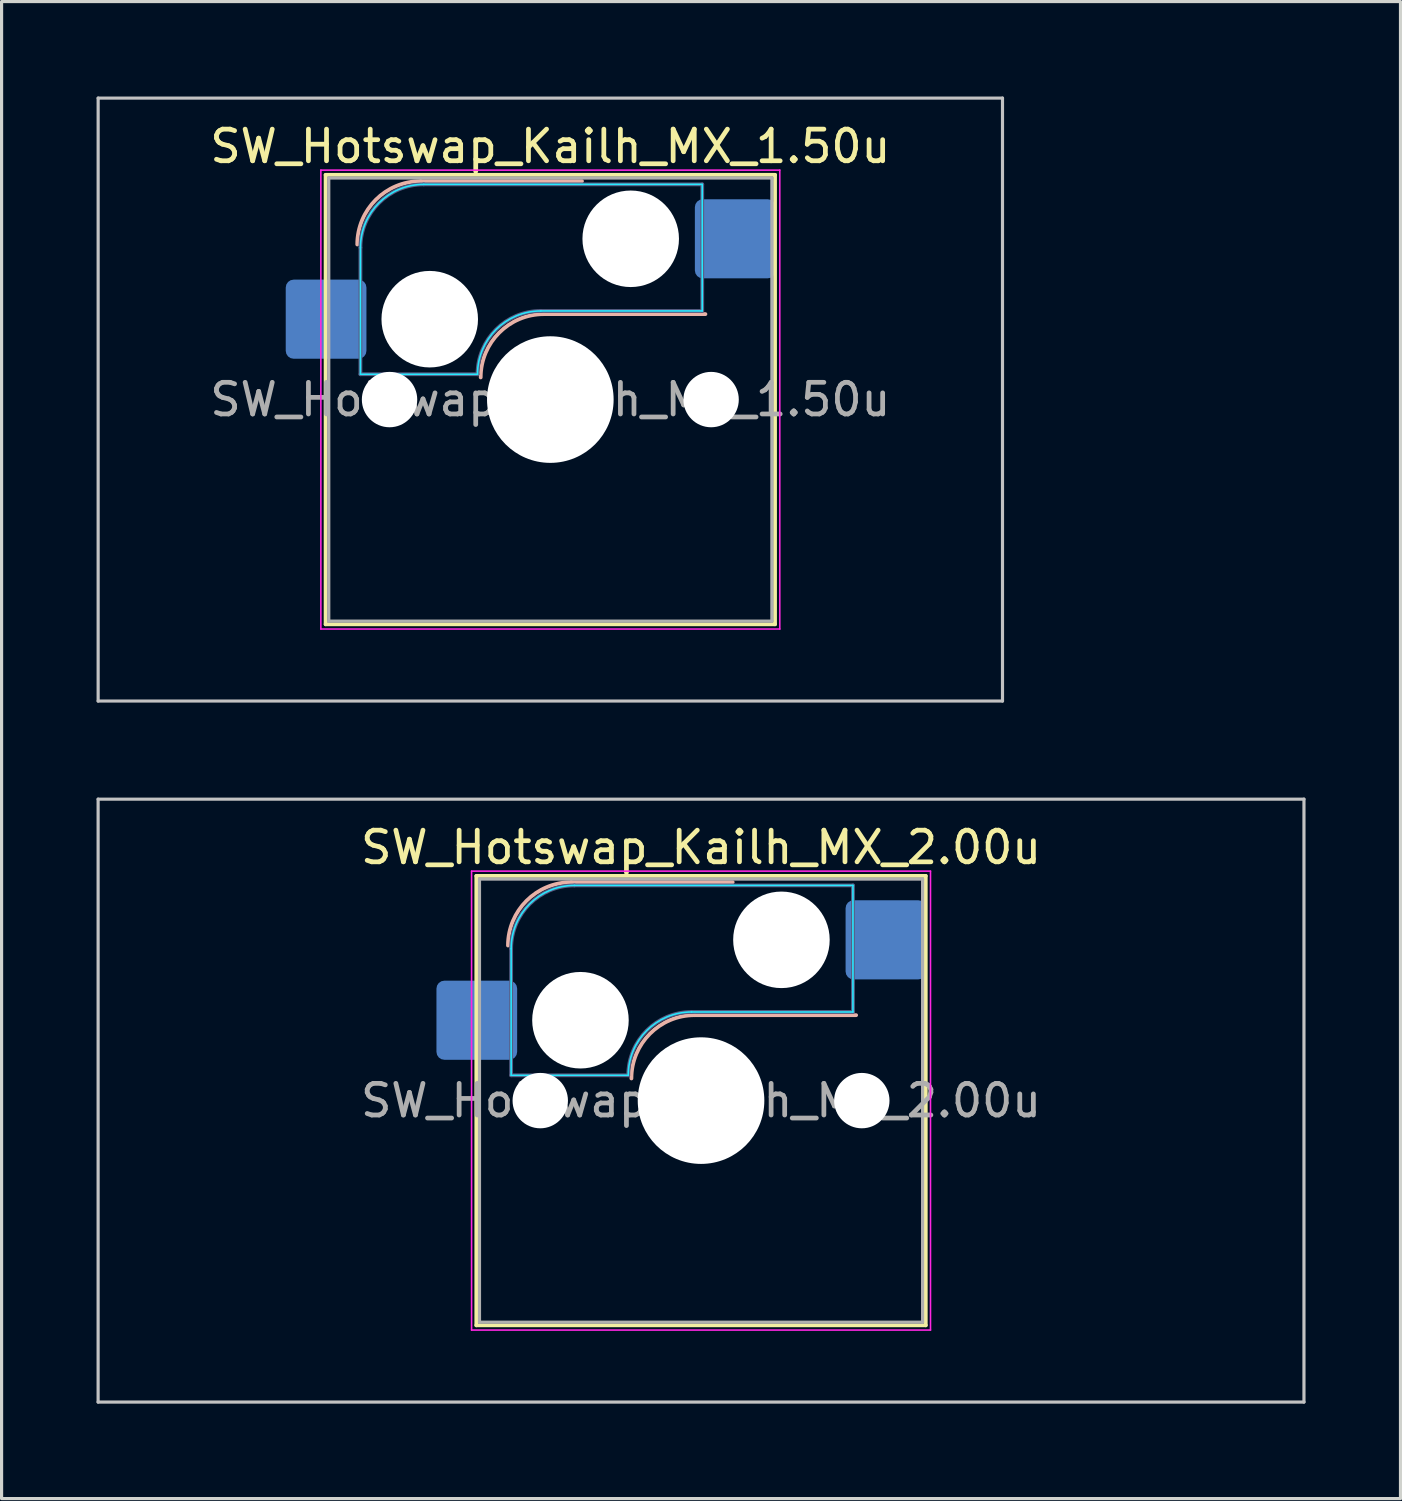
<source format=kicad_pcb>
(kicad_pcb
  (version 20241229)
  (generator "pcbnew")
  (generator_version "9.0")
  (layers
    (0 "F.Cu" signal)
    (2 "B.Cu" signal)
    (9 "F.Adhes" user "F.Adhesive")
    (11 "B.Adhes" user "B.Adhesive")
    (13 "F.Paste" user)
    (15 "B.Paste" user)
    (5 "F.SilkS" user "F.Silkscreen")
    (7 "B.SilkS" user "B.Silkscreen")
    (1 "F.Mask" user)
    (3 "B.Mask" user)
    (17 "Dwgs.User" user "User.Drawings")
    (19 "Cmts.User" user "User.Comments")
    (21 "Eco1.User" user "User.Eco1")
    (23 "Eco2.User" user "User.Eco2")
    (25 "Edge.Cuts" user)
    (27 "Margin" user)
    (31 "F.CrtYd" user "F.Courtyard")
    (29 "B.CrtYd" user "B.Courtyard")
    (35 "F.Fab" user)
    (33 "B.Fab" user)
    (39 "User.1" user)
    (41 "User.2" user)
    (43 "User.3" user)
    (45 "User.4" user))
  (footprint "SW_Hotswap_Kailh_MX_2.00u"
    (layer "F.Cu")
    (at 19.1 31.725)
    (property "Reference" "SW_Hotswap_Kailh_MX_2.00u" (at 0 -8 0) (layer "F.SilkS") (effects (font (size 1 1) (thickness 0.15))))
    (attr smd)
    (fp_line (start -7.1 -7.1) (end -7.1 7.1) (stroke (width 0.12) (type solid)) (layer "F.SilkS"))
    (fp_line (start -7.1 7.1) (end 7.1 7.1) (stroke (width 0.12) (type solid)) (layer "F.SilkS"))
    (fp_line (start 7.1 -7.1) (end -7.1 -7.1) (stroke (width 0.12) (type solid)) (layer "F.SilkS"))
    (fp_line (start 7.1 7.1) (end 7.1 -7.1) (stroke (width 0.12) (type solid)) (layer "F.SilkS"))
    (fp_line (start -4.1 -6.9) (end 1 -6.9) (stroke (width 0.12) (type solid)) (layer "B.SilkS"))
    (fp_line (start -0.2 -2.7) (end 4.9 -2.7) (stroke (width 0.12) (type solid)) (layer "B.SilkS"))
    (fp_arc (start -6.1 -4.9) (mid -5.514214 -6.314214) (end -4.1 -6.9) (stroke (width 0.12) (type solid)) (layer "B.SilkS"))
    (fp_arc (start -2.2 -0.7) (mid -1.614214 -2.114214) (end -0.2 -2.7) (stroke (width 0.12) (type solid)) (layer "B.SilkS"))
    (fp_line (start -19.05 -9.525) (end -19.05 9.525) (stroke (width 0.1) (type solid)) (layer "Dwgs.User"))
    (fp_line (start -19.05 9.525) (end 19.05 9.525) (stroke (width 0.1) (type solid)) (layer "Dwgs.User"))
    (fp_line (start 19.05 -9.525) (end -19.05 -9.525) (stroke (width 0.1) (type solid)) (layer "Dwgs.User"))
    (fp_line (start 19.05 9.525) (end 19.05 -9.525) (stroke (width 0.1) (type solid)) (layer "Dwgs.User"))
    (fp_line (start -7.8 -6) (end -7 -6) (stroke (width 0.1) (type solid)) (layer "Eco1.User"))
    (fp_line (start -7.8 -2.9) (end -7.8 -6) (stroke (width 0.1) (type solid)) (layer "Eco1.User"))
    (fp_line (start -7.8 2.9) (end -7 2.9) (stroke (width 0.1) (type solid)) (layer "Eco1.User"))
    (fp_line (start -7.8 6) (end -7.8 2.9) (stroke (width 0.1) (type solid)) (layer "Eco1.User"))
    (fp_line (start -7 -7) (end 7 -7) (stroke (width 0.1) (type solid)) (layer "Eco1.User"))
    (fp_line (start -7 -6) (end -7 -7) (stroke (width 0.1) (type solid)) (layer "Eco1.User"))
    (fp_line (start -7 -2.9) (end -7.8 -2.9) (stroke (width 0.1) (type solid)) (layer "Eco1.User"))
    (fp_line (start -7 2.9) (end -7 -2.9) (stroke (width 0.1) (type solid)) (layer "Eco1.User"))
    (fp_line (start -7 6) (end -7.8 6) (stroke (width 0.1) (type solid)) (layer "Eco1.User"))
    (fp_line (start -7 7) (end -7 6) (stroke (width 0.1) (type solid)) (layer "Eco1.User"))
    (fp_line (start 7 -7) (end 7 -6) (stroke (width 0.1) (type solid)) (layer "Eco1.User"))
    (fp_line (start 7 -6) (end 7.8 -6) (stroke (width 0.1) (type solid)) (layer "Eco1.User"))
    (fp_line (start 7 -2.9) (end 7 2.9) (stroke (width 0.1) (type solid)) (layer "Eco1.User"))
    (fp_line (start 7 2.9) (end 7.8 2.9) (stroke (width 0.1) (type solid)) (layer "Eco1.User"))
    (fp_line (start 7 6) (end 7 7) (stroke (width 0.1) (type solid)) (layer "Eco1.User"))
    (fp_line (start 7 7) (end -7 7) (stroke (width 0.1) (type solid)) (layer "Eco1.User"))
    (fp_line (start 7.8 -6) (end 7.8 -2.9) (stroke (width 0.1) (type solid)) (layer "Eco1.User"))
    (fp_line (start 7.8 -2.9) (end 7 -2.9) (stroke (width 0.1) (type solid)) (layer "Eco1.User"))
    (fp_line (start 7.8 2.9) (end 7.8 6) (stroke (width 0.1) (type solid)) (layer "Eco1.User"))
    (fp_line (start 7.8 6) (end 7 6) (stroke (width 0.1) (type solid)) (layer "Eco1.User"))
    (fp_line (start -6 -0.8) (end -6 -4.8) (stroke (width 0.05) (type solid)) (layer "B.CrtYd"))
    (fp_line (start -6 -0.8) (end -2.3 -0.8) (stroke (width 0.05) (type solid)) (layer "B.CrtYd"))
    (fp_line (start -4 -6.8) (end 4.8 -6.8) (stroke (width 0.05) (type solid)) (layer "B.CrtYd"))
    (fp_line (start -0.3 -2.8) (end 4.8 -2.8) (stroke (width 0.05) (type solid)) (layer "B.CrtYd"))
    (fp_line (start 4.8 -6.8) (end 4.8 -2.8) (stroke (width 0.05) (type solid)) (layer "B.CrtYd"))
    (fp_arc (start -6 -4.8) (mid -5.414214 -6.214214) (end -4 -6.8) (stroke (width 0.05) (type solid)) (layer "B.CrtYd"))
    (fp_arc (start -2.3 -0.8) (mid -1.714214 -2.214214) (end -0.3 -2.8) (stroke (width 0.05) (type solid)) (layer "B.CrtYd"))
    (fp_line (start -7.25 -7.25) (end -7.25 7.25) (stroke (width 0.05) (type solid)) (layer "F.CrtYd"))
    (fp_line (start -7.25 7.25) (end 7.25 7.25) (stroke (width 0.05) (type solid)) (layer "F.CrtYd"))
    (fp_line (start 7.25 -7.25) (end -7.25 -7.25) (stroke (width 0.05) (type solid)) (layer "F.CrtYd"))
    (fp_line (start 7.25 7.25) (end 7.25 -7.25) (stroke (width 0.05) (type solid)) (layer "F.CrtYd"))
    (fp_line (start -6 -0.8) (end -6 -4.8) (stroke (width 0.12) (type solid)) (layer "B.Fab"))
    (fp_line (start -6 -0.8) (end -2.3 -0.8) (stroke (width 0.12) (type solid)) (layer "B.Fab"))
    (fp_line (start -4 -6.8) (end 4.8 -6.8) (stroke (width 0.12) (type solid)) (layer "B.Fab"))
    (fp_line (start -0.3 -2.8) (end 4.8 -2.8) (stroke (width 0.12) (type solid)) (layer "B.Fab"))
    (fp_line (start 4.8 -6.8) (end 4.8 -2.8) (stroke (width 0.12) (type solid)) (layer "B.Fab"))
    (fp_arc (start -6 -4.8) (mid -5.414214 -6.214214) (end -4 -6.8) (stroke (width 0.12) (type solid)) (layer "B.Fab"))
    (fp_arc (start -2.3 -0.8) (mid -1.714214 -2.214214) (end -0.3 -2.8) (stroke (width 0.12) (type solid)) (layer "B.Fab"))
    (fp_line (start -7 -7) (end -7 7) (stroke (width 0.1) (type solid)) (layer "F.Fab"))
    (fp_line (start -7 7) (end 7 7) (stroke (width 0.1) (type solid)) (layer "F.Fab"))
    (fp_line (start 7 -7) (end -7 -7) (stroke (width 0.1) (type solid)) (layer "F.Fab"))
    (fp_line (start 7 7) (end 7 -7) (stroke (width 0.1) (type solid)) (layer "F.Fab"))
    (fp_text user "${REFERENCE}" (at 0 0 0) (layer "F.Fab") (effects (font (size 1 1) (thickness 0.15))))
    (pad "" np_thru_hole circle (at -5.08 0) (size 1.75 1.75) (drill 1.75) (layers "*.Cu" "*.Mask"))
    (pad "" np_thru_hole circle (at -3.81 -2.54) (size 3.05 3.05) (drill 3.05) (layers "*.Cu" "*.Mask"))
    (pad "" np_thru_hole circle (at 0 0) (size 4 4) (drill 4) (layers "*.Cu" "*.Mask"))
    (pad "" np_thru_hole circle (at 2.54 -5.08) (size 3.05 3.05) (drill 3.05) (layers "*.Cu" "*.Mask"))
    (pad "" np_thru_hole circle (at 5.08 0) (size 1.75 1.75) (drill 1.75) (layers "*.Cu" "*.Mask"))
    (pad "1" smd roundrect (at -7.085 -2.54) (size 2.55 2.5) (layers "B.Cu" "B.Mask" "B.Paste") (roundrect_rratio 0.1))
    (pad "2" smd roundrect (at 5.842 -5.08) (size 2.55 2.5) (layers "B.Cu" "B.Mask" "B.Paste") (roundrect_rratio 0.1)))
  (footprint "SW_Hotswap_Kailh_MX_1.50u"
    (layer "F.Cu")
    (at 14.338 9.575)
    (property "Reference" "SW_Hotswap_Kailh_MX_1.50u" (at 0 -8 0) (layer "F.SilkS") (effects (font (size 1 1) (thickness 0.15))))
    (attr smd)
    (fp_line (start -7.1 -7.1) (end -7.1 7.1) (stroke (width 0.12) (type solid)) (layer "F.SilkS"))
    (fp_line (start -7.1 7.1) (end 7.1 7.1) (stroke (width 0.12) (type solid)) (layer "F.SilkS"))
    (fp_line (start 7.1 -7.1) (end -7.1 -7.1) (stroke (width 0.12) (type solid)) (layer "F.SilkS"))
    (fp_line (start 7.1 7.1) (end 7.1 -7.1) (stroke (width 0.12) (type solid)) (layer "F.SilkS"))
    (fp_line (start -4.1 -6.9) (end 1 -6.9) (stroke (width 0.12) (type solid)) (layer "B.SilkS"))
    (fp_line (start -0.2 -2.7) (end 4.9 -2.7) (stroke (width 0.12) (type solid)) (layer "B.SilkS"))
    (fp_arc (start -6.1 -4.9) (mid -5.514214 -6.314214) (end -4.1 -6.9) (stroke (width 0.12) (type solid)) (layer "B.SilkS"))
    (fp_arc (start -2.2 -0.7) (mid -1.614214 -2.114214) (end -0.2 -2.7) (stroke (width 0.12) (type solid)) (layer "B.SilkS"))
    (fp_line (start -14.287 -9.525) (end -14.287 9.525) (stroke (width 0.1) (type solid)) (layer "Dwgs.User"))
    (fp_line (start -14.287 9.525) (end 14.287 9.525) (stroke (width 0.1) (type solid)) (layer "Dwgs.User"))
    (fp_line (start 14.287 -9.525) (end -14.287 -9.525) (stroke (width 0.1) (type solid)) (layer "Dwgs.User"))
    (fp_line (start 14.287 9.525) (end 14.287 -9.525) (stroke (width 0.1) (type solid)) (layer "Dwgs.User"))
    (fp_line (start -7.8 -6) (end -7 -6) (stroke (width 0.1) (type solid)) (layer "Eco1.User"))
    (fp_line (start -7.8 -2.9) (end -7.8 -6) (stroke (width 0.1) (type solid)) (layer "Eco1.User"))
    (fp_line (start -7.8 2.9) (end -7 2.9) (stroke (width 0.1) (type solid)) (layer "Eco1.User"))
    (fp_line (start -7.8 6) (end -7.8 2.9) (stroke (width 0.1) (type solid)) (layer "Eco1.User"))
    (fp_line (start -7 -7) (end 7 -7) (stroke (width 0.1) (type solid)) (layer "Eco1.User"))
    (fp_line (start -7 -6) (end -7 -7) (stroke (width 0.1) (type solid)) (layer "Eco1.User"))
    (fp_line (start -7 -2.9) (end -7.8 -2.9) (stroke (width 0.1) (type solid)) (layer "Eco1.User"))
    (fp_line (start -7 2.9) (end -7 -2.9) (stroke (width 0.1) (type solid)) (layer "Eco1.User"))
    (fp_line (start -7 6) (end -7.8 6) (stroke (width 0.1) (type solid)) (layer "Eco1.User"))
    (fp_line (start -7 7) (end -7 6) (stroke (width 0.1) (type solid)) (layer "Eco1.User"))
    (fp_line (start 7 -7) (end 7 -6) (stroke (width 0.1) (type solid)) (layer "Eco1.User"))
    (fp_line (start 7 -6) (end 7.8 -6) (stroke (width 0.1) (type solid)) (layer "Eco1.User"))
    (fp_line (start 7 -2.9) (end 7 2.9) (stroke (width 0.1) (type solid)) (layer "Eco1.User"))
    (fp_line (start 7 2.9) (end 7.8 2.9) (stroke (width 0.1) (type solid)) (layer "Eco1.User"))
    (fp_line (start 7 6) (end 7 7) (stroke (width 0.1) (type solid)) (layer "Eco1.User"))
    (fp_line (start 7 7) (end -7 7) (stroke (width 0.1) (type solid)) (layer "Eco1.User"))
    (fp_line (start 7.8 -6) (end 7.8 -2.9) (stroke (width 0.1) (type solid)) (layer "Eco1.User"))
    (fp_line (start 7.8 -2.9) (end 7 -2.9) (stroke (width 0.1) (type solid)) (layer "Eco1.User"))
    (fp_line (start 7.8 2.9) (end 7.8 6) (stroke (width 0.1) (type solid)) (layer "Eco1.User"))
    (fp_line (start 7.8 6) (end 7 6) (stroke (width 0.1) (type solid)) (layer "Eco1.User"))
    (fp_line (start -6 -0.8) (end -6 -4.8) (stroke (width 0.05) (type solid)) (layer "B.CrtYd"))
    (fp_line (start -6 -0.8) (end -2.3 -0.8) (stroke (width 0.05) (type solid)) (layer "B.CrtYd"))
    (fp_line (start -4 -6.8) (end 4.8 -6.8) (stroke (width 0.05) (type solid)) (layer "B.CrtYd"))
    (fp_line (start -0.3 -2.8) (end 4.8 -2.8) (stroke (width 0.05) (type solid)) (layer "B.CrtYd"))
    (fp_line (start 4.8 -6.8) (end 4.8 -2.8) (stroke (width 0.05) (type solid)) (layer "B.CrtYd"))
    (fp_arc (start -6 -4.8) (mid -5.414214 -6.214214) (end -4 -6.8) (stroke (width 0.05) (type solid)) (layer "B.CrtYd"))
    (fp_arc (start -2.3 -0.8) (mid -1.714214 -2.214214) (end -0.3 -2.8) (stroke (width 0.05) (type solid)) (layer "B.CrtYd"))
    (fp_line (start -7.25 -7.25) (end -7.25 7.25) (stroke (width 0.05) (type solid)) (layer "F.CrtYd"))
    (fp_line (start -7.25 7.25) (end 7.25 7.25) (stroke (width 0.05) (type solid)) (layer "F.CrtYd"))
    (fp_line (start 7.25 -7.25) (end -7.25 -7.25) (stroke (width 0.05) (type solid)) (layer "F.CrtYd"))
    (fp_line (start 7.25 7.25) (end 7.25 -7.25) (stroke (width 0.05) (type solid)) (layer "F.CrtYd"))
    (fp_line (start -6 -0.8) (end -6 -4.8) (stroke (width 0.12) (type solid)) (layer "B.Fab"))
    (fp_line (start -6 -0.8) (end -2.3 -0.8) (stroke (width 0.12) (type solid)) (layer "B.Fab"))
    (fp_line (start -4 -6.8) (end 4.8 -6.8) (stroke (width 0.12) (type solid)) (layer "B.Fab"))
    (fp_line (start -0.3 -2.8) (end 4.8 -2.8) (stroke (width 0.12) (type solid)) (layer "B.Fab"))
    (fp_line (start 4.8 -6.8) (end 4.8 -2.8) (stroke (width 0.12) (type solid)) (layer "B.Fab"))
    (fp_arc (start -6 -4.8) (mid -5.414214 -6.214214) (end -4 -6.8) (stroke (width 0.12) (type solid)) (layer "B.Fab"))
    (fp_arc (start -2.3 -0.8) (mid -1.714214 -2.214214) (end -0.3 -2.8) (stroke (width 0.12) (type solid)) (layer "B.Fab"))
    (fp_line (start -7 -7) (end -7 7) (stroke (width 0.1) (type solid)) (layer "F.Fab"))
    (fp_line (start -7 7) (end 7 7) (stroke (width 0.1) (type solid)) (layer "F.Fab"))
    (fp_line (start 7 -7) (end -7 -7) (stroke (width 0.1) (type solid)) (layer "F.Fab"))
    (fp_line (start 7 7) (end 7 -7) (stroke (width 0.1) (type solid)) (layer "F.Fab"))
    (fp_text user "${REFERENCE}" (at 0 0 0) (layer "F.Fab") (effects (font (size 1 1) (thickness 0.15))))
    (pad "" np_thru_hole circle (at -5.08 0) (size 1.75 1.75) (drill 1.75) (layers "*.Cu" "*.Mask"))
    (pad "" np_thru_hole circle (at -3.81 -2.54) (size 3.05 3.05) (drill 3.05) (layers "*.Cu" "*.Mask"))
    (pad "" np_thru_hole circle (at 0 0) (size 4 4) (drill 4) (layers "*.Cu" "*.Mask"))
    (pad "" np_thru_hole circle (at 2.54 -5.08) (size 3.05 3.05) (drill 3.05) (layers "*.Cu" "*.Mask"))
    (pad "" np_thru_hole circle (at 5.08 0) (size 1.75 1.75) (drill 1.75) (layers "*.Cu" "*.Mask"))
    (pad "1" smd roundrect (at -7.085 -2.54) (size 2.55 2.5) (layers "B.Cu" "B.Mask" "B.Paste") (roundrect_rratio 0.1))
    (pad "2" smd roundrect (at 5.842 -5.08) (size 2.55 2.5) (layers "B.Cu" "B.Mask" "B.Paste") (roundrect_rratio 0.1)))
  (gr_rect
    (start -3 -3)
    (end 41.2 44.3)
    (stroke (width 0.1) (type default))
    (fill no)
    (layer "Edge.Cuts")))
</source>
